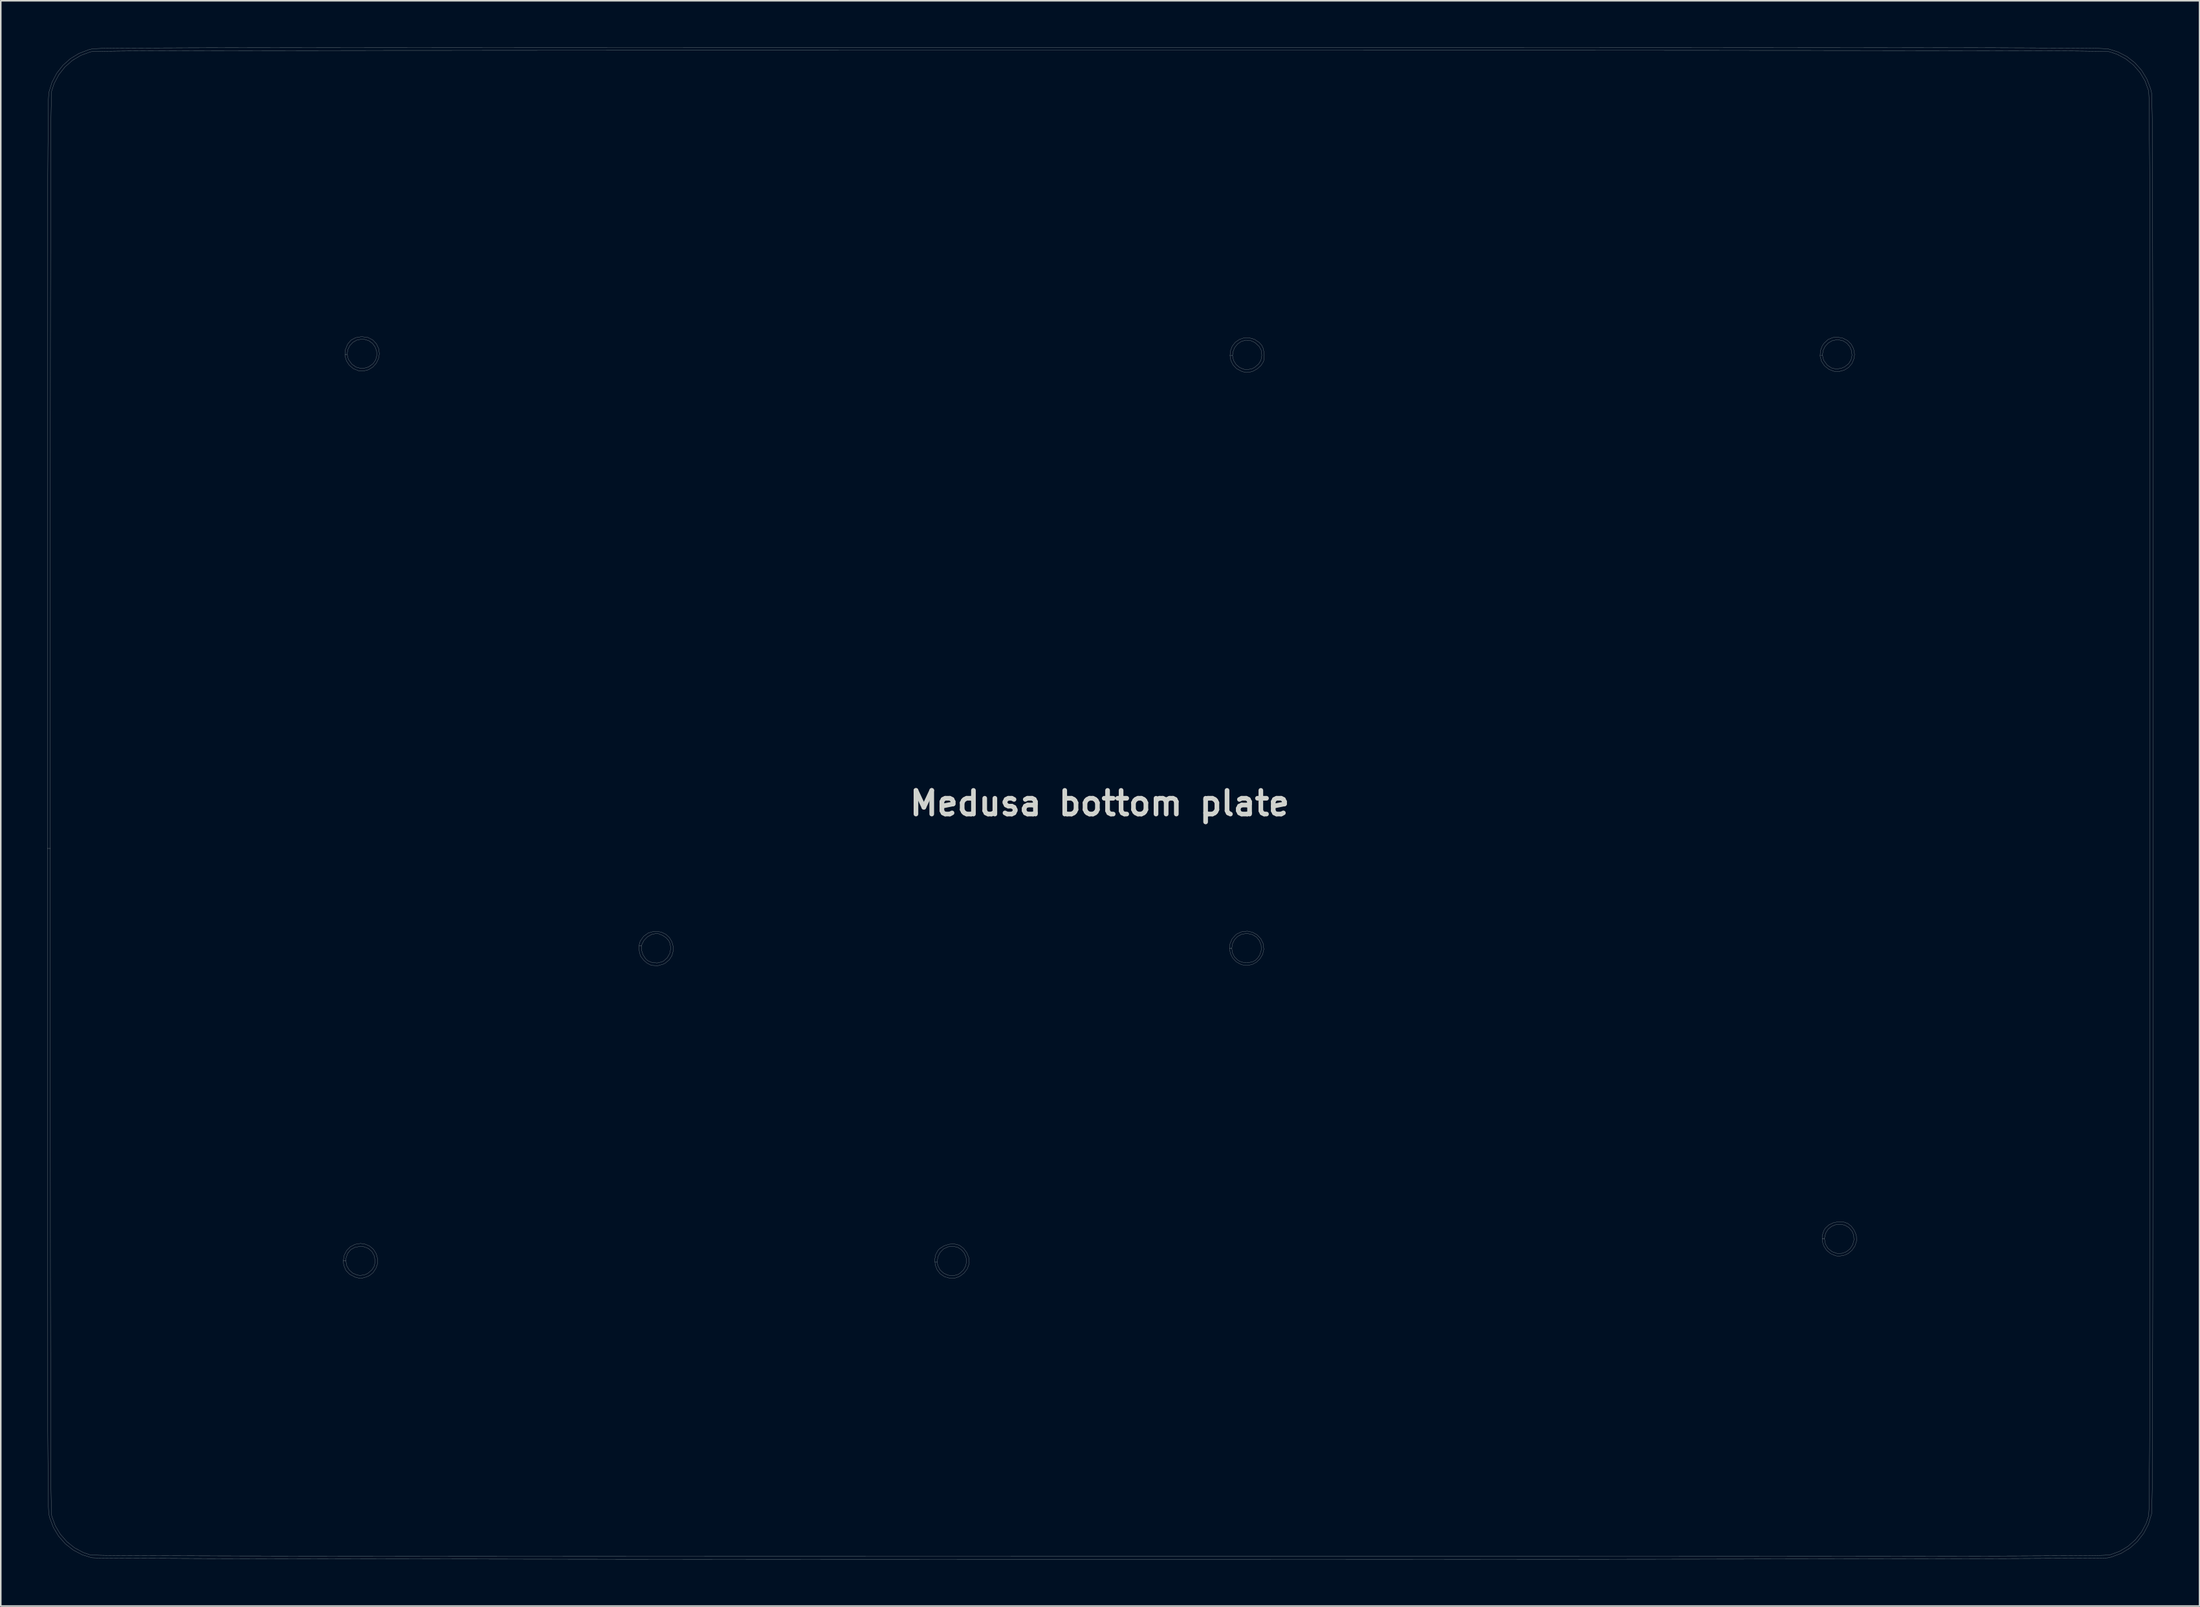
<source format=kicad_pcb>
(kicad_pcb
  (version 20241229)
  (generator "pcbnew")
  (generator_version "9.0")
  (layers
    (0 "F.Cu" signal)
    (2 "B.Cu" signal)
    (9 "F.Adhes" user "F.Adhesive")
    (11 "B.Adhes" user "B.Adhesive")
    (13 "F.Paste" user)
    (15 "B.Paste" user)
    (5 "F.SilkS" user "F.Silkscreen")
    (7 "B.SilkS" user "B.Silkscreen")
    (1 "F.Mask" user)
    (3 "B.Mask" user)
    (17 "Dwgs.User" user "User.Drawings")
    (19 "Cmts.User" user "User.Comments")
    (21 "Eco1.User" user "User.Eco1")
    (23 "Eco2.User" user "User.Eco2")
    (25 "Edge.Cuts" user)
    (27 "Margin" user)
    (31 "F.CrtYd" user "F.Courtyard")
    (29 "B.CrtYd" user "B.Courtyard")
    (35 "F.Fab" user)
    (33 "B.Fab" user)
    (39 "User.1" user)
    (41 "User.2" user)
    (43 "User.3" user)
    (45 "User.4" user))
  (footprint "Medusa bottom plate"
    (layer "F.Cu")
    (at 67.757 48.707)
    (property "Reference" "Medusa bottom plate" (at 0 0 0) (layer "Edge.Cuts") (effects (font (size 1.524 1.524) (thickness 0.3))))
    (attr through_hole)
    (fp_poly (pts (xy 47.842 -29.976) (xy 48.152 -29.818) (xy 48.394 -29.578) (xy 48.55 -29.276) (xy 48.607 -28.932) (xy 48.579 -28.675) (xy 48.445 -28.345) (xy 48.224 -28.086) (xy 47.939 -27.908) (xy 47.614 -27.822) (xy 47.273 -27.839) (xy 46.96 -27.958) (xy 46.67 -28.188) (xy 46.478 -28.479) (xy 46.387 -28.808) (xy 46.39 -28.874) (xy 46.541 -28.874) (xy 46.61 -28.577) (xy 46.635 -28.524) (xy 46.847 -28.234) (xy 47.118 -28.052) (xy 47.427 -27.982) (xy 47.759 -28.031) (xy 47.974 -28.126) (xy 48.226 -28.328) (xy 48.38 -28.58) (xy 48.441 -28.859) (xy 48.415 -29.142) (xy 48.31 -29.407) (xy 48.13 -29.631) (xy 47.883 -29.792) (xy 47.574 -29.867) (xy 47.498 -29.869) (xy 47.184 -29.814) (xy 46.916 -29.663) (xy 46.71 -29.441) (xy 46.58 -29.17) (xy 46.541 -28.874) (xy 46.39 -28.874) (xy 46.403 -29.15) (xy 46.529 -29.482) (xy 46.65 -29.654) (xy 46.908 -29.887) (xy 47.207 -30.009) (xy 47.479 -30.034) (xy 47.842 -29.976)) (stroke (width 0.01) (type solid)) (fill no) (layer "Edge.Cuts"))
    (fp_poly (pts (xy -47.116 -30.012) (xy -46.803 -29.855) (xy -46.569 -29.605) (xy -46.419 -29.284) (xy -46.381 -28.955) (xy -46.44 -28.637) (xy -46.584 -28.349) (xy -46.799 -28.11) (xy -47.074 -27.939) (xy -47.394 -27.856) (xy -47.744 -27.879) (xy -48.058 -28.008) (xy -48.315 -28.228) (xy -48.501 -28.511) (xy -48.597 -28.83) (xy -48.595 -28.923) (xy -48.452 -28.923) (xy -48.381 -28.629) (xy -48.361 -28.588) (xy -48.148 -28.293) (xy -47.877 -28.102) (xy -47.568 -28.021) (xy -47.24 -28.057) (xy -47.048 -28.133) (xy -46.785 -28.327) (xy -46.62 -28.572) (xy -46.546 -28.847) (xy -46.558 -29.13) (xy -46.652 -29.399) (xy -46.82 -29.631) (xy -47.057 -29.805) (xy -47.358 -29.898) (xy -47.504 -29.908) (xy -47.817 -29.853) (xy -48.083 -29.704) (xy -48.288 -29.484) (xy -48.416 -29.215) (xy -48.452 -28.923) (xy -48.595 -28.923) (xy -48.588 -29.159) (xy -48.576 -29.21) (xy -48.428 -29.577) (xy -48.21 -29.84) (xy -47.917 -30) (xy -47.545 -30.062) (xy -47.497 -30.063) (xy -47.116 -30.012)) (stroke (width 0.01) (type solid)) (fill no) (layer "Edge.Cuts"))
    (fp_poly (pts (xy -47.345 28.383) (xy -47.016 28.516) (xy -46.756 28.738) (xy -46.578 29.024) (xy -46.491 29.35) (xy -46.508 29.692) (xy -46.602 29.959) (xy -46.784 30.236) (xy -47.015 30.422) (xy -47.224 30.515) (xy -47.474 30.586) (xy -47.686 30.59) (xy -47.928 30.527) (xy -47.964 30.514) (xy -48.301 30.336) (xy -48.54 30.08) (xy -48.675 29.755) (xy -48.703 29.483) (xy -48.7 29.464) (xy -48.538 29.464) (xy -48.48 29.789) (xy -48.32 30.067) (xy -48.08 30.277) (xy -47.781 30.397) (xy -47.593 30.416) (xy -47.279 30.359) (xy -47.116 30.274) (xy -46.856 30.052) (xy -46.707 29.808) (xy -46.657 29.517) (xy -46.657 29.512) (xy -46.707 29.163) (xy -46.857 28.878) (xy -47.094 28.672) (xy -47.403 28.56) (xy -47.593 28.543) (xy -47.941 28.598) (xy -48.222 28.751) (xy -48.422 28.99) (xy -48.526 29.301) (xy -48.538 29.464) (xy -48.7 29.464) (xy -48.645 29.12) (xy -48.487 28.809) (xy -48.247 28.568) (xy -47.945 28.412) (xy -47.601 28.355) (xy -47.345 28.383)) (stroke (width 0.01) (type solid)) (fill no) (layer "Edge.Cuts"))
    (fp_poly (pts (xy 47.951 26.986) (xy 48.181 27.072) (xy 48.393 27.242) (xy 48.578 27.493) (xy 48.703 27.778) (xy 48.726 27.869) (xy 48.733 28.205) (xy 48.632 28.519) (xy 48.445 28.792) (xy 48.189 29.004) (xy 47.887 29.137) (xy 47.556 29.171) (xy 47.403 29.149) (xy 47.07 29.015) (xy 46.807 28.795) (xy 46.622 28.514) (xy 46.523 28.194) (xy 46.523 28.06) (xy 46.673 28.06) (xy 46.732 28.392) (xy 46.9 28.676) (xy 47.161 28.886) (xy 47.171 28.891) (xy 47.495 29.002) (xy 47.82 28.986) (xy 48.071 28.892) (xy 48.318 28.7) (xy 48.486 28.436) (xy 48.567 28.133) (xy 48.55 27.822) (xy 48.451 27.574) (xy 48.236 27.324) (xy 47.974 27.173) (xy 47.687 27.115) (xy 47.399 27.143) (xy 47.13 27.252) (xy 46.905 27.435) (xy 46.746 27.686) (xy 46.674 27.999) (xy 46.673 28.06) (xy 46.523 28.06) (xy 46.521 27.858) (xy 46.624 27.532) (xy 46.722 27.374) (xy 46.959 27.155) (xy 47.267 27.012) (xy 47.61 26.953) (xy 47.951 26.986)) (stroke (width 0.01) (type solid)) (fill no) (layer "Edge.Cuts"))
    (fp_poly (pts (xy -9.055 28.461) (xy -9.021 28.477) (xy -8.759 28.676) (xy -8.555 28.951) (xy -8.427 29.266) (xy -8.396 29.586) (xy -8.407 29.673) (xy -8.525 29.993) (xy -8.736 30.268) (xy -9.013 30.474) (xy -9.328 30.589) (xy -9.493 30.605) (xy -9.717 30.576) (xy -9.958 30.506) (xy -10.013 30.483) (xy -10.281 30.299) (xy -10.474 30.04) (xy -10.59 29.733) (xy -10.609 29.539) (xy -10.461 29.539) (xy -10.423 29.776) (xy -10.281 30.053) (xy -10.057 30.263) (xy -9.781 30.395) (xy -9.481 30.438) (xy -9.185 30.382) (xy -9.017 30.293) (xy -8.77 30.059) (xy -8.625 29.79) (xy -8.576 29.505) (xy -8.611 29.224) (xy -8.724 28.967) (xy -8.905 28.754) (xy -9.146 28.604) (xy -9.437 28.537) (xy -9.771 28.573) (xy -9.776 28.574) (xy -10.059 28.711) (xy -10.278 28.937) (xy -10.417 29.223) (xy -10.461 29.539) (xy -10.609 29.539) (xy -10.623 29.408) (xy -10.568 29.092) (xy -10.421 28.812) (xy -10.309 28.694) (xy -10.022 28.51) (xy -9.692 28.405) (xy -9.356 28.387) (xy -9.055 28.461)) (stroke (width 0.01) (type solid)) (fill no) (layer "Edge.Cuts"))
    (fp_poly (pts (xy 9.84 8.306) (xy 10.135 8.469) (xy 10.372 8.715) (xy 10.528 9.033) (xy 10.537 9.067) (xy 10.57 9.408) (xy 10.496 9.727) (xy 10.331 10.008) (xy 10.097 10.232) (xy 9.81 10.384) (xy 9.489 10.445) (xy 9.154 10.398) (xy 9.112 10.384) (xy 8.796 10.211) (xy 8.563 9.966) (xy 8.416 9.672) (xy 8.36 9.353) (xy 8.362 9.335) (xy 8.507 9.335) (xy 8.546 9.62) (xy 8.674 9.884) (xy 8.896 10.105) (xy 9.018 10.179) (xy 9.282 10.259) (xy 9.583 10.264) (xy 9.868 10.199) (xy 10.022 10.117) (xy 10.168 9.972) (xy 10.295 9.789) (xy 10.303 9.774) (xy 10.405 9.452) (xy 10.395 9.137) (xy 10.287 8.85) (xy 10.093 8.614) (xy 9.827 8.452) (xy 9.502 8.383) (xy 9.461 8.382) (xy 9.136 8.435) (xy 8.873 8.58) (xy 8.676 8.793) (xy 8.553 9.052) (xy 8.507 9.335) (xy 8.362 9.335) (xy 8.396 9.031) (xy 8.527 8.73) (xy 8.757 8.473) (xy 8.853 8.404) (xy 9.175 8.263) (xy 9.511 8.234) (xy 9.84 8.306)) (stroke (width 0.01) (type solid)) (fill no) (layer "Edge.Cuts"))
    (fp_poly (pts (xy -28.225 8.295) (xy -27.931 8.437) (xy -27.703 8.651) (xy -27.545 8.916) (xy -27.463 9.212) (xy -27.46 9.518) (xy -27.542 9.815) (xy -27.714 10.082) (xy -27.979 10.298) (xy -28.094 10.357) (xy -28.445 10.46) (xy -28.8 10.442) (xy -28.918 10.412) (xy -29.136 10.299) (xy -29.357 10.107) (xy -29.537 9.878) (xy -29.571 9.818) (xy -29.636 9.607) (xy -29.661 9.339) (xy -29.651 9.185) (xy -29.502 9.185) (xy -29.497 9.465) (xy -29.402 9.756) (xy -29.235 10.012) (xy -29.088 10.143) (xy -28.809 10.26) (xy -28.493 10.284) (xy -28.188 10.214) (xy -28.082 10.16) (xy -27.839 9.945) (xy -27.683 9.664) (xy -27.62 9.351) (xy -27.661 9.037) (xy -27.747 8.845) (xy -27.912 8.662) (xy -28.146 8.505) (xy -28.395 8.403) (xy -28.543 8.382) (xy -28.842 8.441) (xy -29.12 8.6) (xy -29.345 8.832) (xy -29.484 9.111) (xy -29.502 9.185) (xy -29.651 9.185) (xy -29.644 9.075) (xy -29.587 8.877) (xy -29.361 8.562) (xy -29.068 8.352) (xy -28.714 8.253) (xy -28.58 8.245) (xy -28.225 8.295)) (stroke (width 0.01) (type solid)) (fill no) (layer "Edge.Cuts"))
    (fp_poly (pts (xy 9.964 -29.898) (xy 10.274 -29.691) (xy 10.436 -29.51) (xy 10.529 -29.311) (xy 10.584 -29.042) (xy 10.597 -28.756) (xy 10.561 -28.506) (xy 10.541 -28.448) (xy 10.391 -28.216) (xy 10.16 -28.004) (xy 9.895 -27.851) (xy 9.797 -27.817) (xy 9.579 -27.766) (xy 9.411 -27.761) (xy 9.226 -27.807) (xy 9.124 -27.841) (xy 8.811 -28.01) (xy 8.585 -28.248) (xy 8.445 -28.532) (xy 8.391 -28.84) (xy 8.391 -28.845) (xy 8.557 -28.845) (xy 8.621 -28.535) (xy 8.786 -28.269) (xy 9.029 -28.068) (xy 9.327 -27.956) (xy 9.493 -27.94) (xy 9.807 -27.998) (xy 9.97 -28.083) (xy 10.231 -28.302) (xy 10.381 -28.542) (xy 10.437 -28.83) (xy 10.438 -28.892) (xy 10.398 -29.193) (xy 10.267 -29.44) (xy 10.029 -29.661) (xy 9.97 -29.702) (xy 9.689 -29.826) (xy 9.398 -29.841) (xy 9.119 -29.758) (xy 8.875 -29.592) (xy 8.687 -29.355) (xy 8.577 -29.061) (xy 8.557 -28.845) (xy 8.391 -28.845) (xy 8.419 -29.152) (xy 8.53 -29.445) (xy 8.722 -29.697) (xy 8.994 -29.886) (xy 9.244 -29.973) (xy 9.614 -29.995) (xy 9.964 -29.898)) (stroke (width 0.01) (type solid)) (fill no) (layer "Edge.Cuts"))
    (fp_poly (pts (xy 3.51 -48.702) (xy 6.864 -48.702) (xy 10.095 -48.702) (xy 13.207 -48.702) (xy 16.199 -48.702) (xy 19.077 -48.702) (xy 21.84 -48.701) (xy 24.492 -48.701) (xy 27.035 -48.701) (xy 29.472 -48.7) (xy 31.803 -48.7) (xy 34.032 -48.699) (xy 36.161 -48.699) (xy 38.192 -48.698) (xy 40.128 -48.697) (xy 41.969 -48.696) (xy 43.72 -48.695) (xy 45.382 -48.694) (xy 46.956 -48.693) (xy 48.447 -48.692) (xy 49.855 -48.691) (xy 51.183 -48.689) (xy 52.433 -48.688) (xy 53.608 -48.686) (xy 54.709 -48.684) (xy 55.739 -48.683) (xy 56.7 -48.681) (xy 57.595 -48.679) (xy 58.425 -48.676) (xy 59.193 -48.674) (xy 59.901 -48.672) (xy 60.551 -48.669) (xy 61.146 -48.667) (xy 61.688 -48.664) (xy 62.178 -48.661) (xy 62.62 -48.658) (xy 63.015 -48.654) (xy 63.367 -48.651) (xy 63.676 -48.647) (xy 63.945 -48.644) (xy 64.176 -48.64) (xy 64.373 -48.636) (xy 64.536 -48.632) (xy 64.668 -48.627) (xy 64.772 -48.623) (xy 64.849 -48.618) (xy 64.902 -48.613) (xy 64.929 -48.609) (xy 65.567 -48.412) (xy 66.147 -48.109) (xy 66.658 -47.71) (xy 67.089 -47.227) (xy 67.428 -46.67) (xy 67.665 -46.051) (xy 67.722 -45.815) (xy 67.728 -45.776) (xy 67.734 -45.713) (xy 67.74 -45.625) (xy 67.745 -45.509) (xy 67.75 -45.363) (xy 67.755 -45.182) (xy 67.759 -44.966) (xy 67.763 -44.711) (xy 67.768 -44.414) (xy 67.771 -44.074) (xy 67.775 -43.686) (xy 67.779 -43.249) (xy 67.782 -42.76) (xy 67.785 -42.216) (xy 67.788 -41.614) (xy 67.791 -40.953) (xy 67.793 -40.228) (xy 67.795 -39.438) (xy 67.798 -38.58) (xy 67.8 -37.651) (xy 67.802 -36.648) (xy 67.803 -35.57) (xy 67.805 -34.412) (xy 67.806 -33.173) (xy 67.808 -31.85) (xy 67.809 -30.439) (xy 67.81 -28.94) (xy 67.811 -27.348) (xy 67.812 -25.661) (xy 67.813 -23.877) (xy 67.813 -21.992) (xy 67.814 -20.004) (xy 67.814 -17.911) (xy 67.815 -15.71) (xy 67.815 -13.398) (xy 67.815 -10.972) (xy 67.816 -8.43) (xy 67.816 -5.769) (xy 67.816 -2.987) (xy 67.816 -0.08) (xy 67.816 0) (xy 67.816 2.91) (xy 67.816 5.696) (xy 67.816 8.36) (xy 67.815 10.905) (xy 67.815 13.334) (xy 67.815 15.649) (xy 67.814 17.854) (xy 67.814 19.95) (xy 67.813 21.94) (xy 67.813 23.827) (xy 67.812 25.614) (xy 67.811 27.304) (xy 67.81 28.898) (xy 67.809 30.4) (xy 67.808 31.813) (xy 67.806 33.138) (xy 67.805 34.38) (xy 67.803 35.54) (xy 67.802 36.62) (xy 67.8 37.625) (xy 67.798 38.556) (xy 67.796 39.416) (xy 67.793 40.208) (xy 67.791 40.934) (xy 67.788 41.597) (xy 67.785 42.2) (xy 67.782 42.746) (xy 67.779 43.237) (xy 67.775 43.675) (xy 67.772 44.064) (xy 67.768 44.406) (xy 67.764 44.704) (xy 67.759 44.96) (xy 67.755 45.177) (xy 67.75 45.358) (xy 67.745 45.506) (xy 67.74 45.623) (xy 67.734 45.711) (xy 67.729 45.774) (xy 67.723 45.814) (xy 67.722 45.815) (xy 67.526 46.454) (xy 67.223 47.034) (xy 66.824 47.545) (xy 66.34 47.976) (xy 65.784 48.315) (xy 65.165 48.551) (xy 64.929 48.609) (xy 64.84 48.614) (xy 64.629 48.619) (xy 64.296 48.624) (xy 63.847 48.629) (xy 63.283 48.634) (xy 62.609 48.638) (xy 61.827 48.643) (xy 60.942 48.647) (xy 59.955 48.651) (xy 58.871 48.655) (xy 57.693 48.659) (xy 56.423 48.663) (xy 55.066 48.666) (xy 53.624 48.67) (xy 52.101 48.673) (xy 50.501 48.676) (xy 48.825 48.679) (xy 47.078 48.682) (xy 45.263 48.685) (xy 43.383 48.687) (xy 41.441 48.69) (xy 39.441 48.692) (xy 37.385 48.694) (xy 35.278 48.696) (xy 33.123 48.698) (xy 30.922 48.7) (xy 28.679 48.702) (xy 26.397 48.703) (xy 24.08 48.704) (xy 21.731 48.706) (xy 19.352 48.707) (xy 16.948 48.708) (xy 14.522 48.709) (xy 12.076 48.709) (xy 9.614 48.71) (xy 7.14 48.71) (xy 4.657 48.71) (xy 2.167 48.71) (xy -0.325 48.71) (xy -2.817 48.71) (xy -5.306 48.71) (xy -7.787 48.71) (xy -10.258 48.709) (xy -12.715 48.708) (xy -15.156 48.707) (xy -17.577 48.707) (xy -19.974 48.705) (xy -22.345 48.704) (xy -24.686 48.703) (xy -26.994 48.701) (xy -29.265 48.7) (xy -31.497 48.698) (xy -33.686 48.696) (xy -35.828 48.694) (xy -37.922 48.692) (xy -39.962 48.689) (xy -41.947 48.687) (xy -43.872 48.684) (xy -45.734 48.682) (xy -47.531 48.679) (xy -49.259 48.676) (xy -50.915 48.672) (xy -52.494 48.669) (xy -53.995 48.666) (xy -55.414 48.662) (xy -56.748 48.659) (xy -57.993 48.655) (xy -59.146 48.651) (xy -60.203 48.647) (xy -61.162 48.643) (xy -62.02 48.638) (xy -62.772 48.634) (xy -63.417 48.629) (xy -63.949 48.624) (xy -64.367 48.619) (xy -64.667 48.614) (xy -64.845 48.609) (xy -64.897 48.605) (xy -65.525 48.407) (xy -66.098 48.102) (xy -66.604 47.701) (xy -67.032 47.216) (xy -67.369 46.66) (xy -67.603 46.044) (xy -67.659 45.815) (xy -67.665 45.776) (xy -67.671 45.713) (xy -67.676 45.625) (xy -67.681 45.509) (xy -67.686 45.363) (xy -67.691 45.182) (xy -67.696 44.966) (xy -67.7 44.711) (xy -67.704 44.414) (xy -67.708 44.074) (xy -67.712 43.686) (xy -67.715 43.249) (xy -67.718 42.76) (xy -67.721 42.216) (xy -67.724 41.614) (xy -67.727 40.953) (xy -67.73 40.228) (xy -67.732 39.438) (xy -67.734 38.58) (xy -67.736 37.651) (xy -67.738 36.648) (xy -67.74 35.57) (xy -67.741 34.412) (xy -67.743 33.173) (xy -67.744 31.85) (xy -67.745 30.439) (xy -67.747 28.94) (xy -67.748 27.348) (xy -67.748 25.661) (xy -67.749 23.877) (xy -67.75 21.992) (xy -67.75 20.004) (xy -67.751 17.911) (xy -67.751 15.71) (xy -67.752 13.398) (xy -67.752 10.972) (xy -67.752 8.43) (xy -67.752 5.769) (xy -67.752 2.987) (xy -67.752 0.08) (xy -67.752 0) (xy -67.564 0) (xy -67.564 2.906) (xy -67.564 5.688) (xy -67.564 8.349) (xy -67.564 10.891) (xy -67.563 13.316) (xy -67.563 15.628) (xy -67.563 17.829) (xy -67.562 19.921) (xy -67.562 21.909) (xy -67.561 23.793) (xy -67.56 25.578) (xy -67.56 27.265) (xy -67.559 28.857) (xy -67.558 30.358) (xy -67.557 31.769) (xy -67.555 33.094) (xy -67.554 34.334) (xy -67.552 35.494) (xy -67.551 36.574) (xy -67.549 37.579) (xy -67.547 38.511) (xy -67.545 39.373) (xy -67.543 40.167) (xy -67.54 40.895) (xy -67.538 41.561) (xy -67.535 42.168) (xy -67.532 42.718) (xy -67.529 43.213) (xy -67.525 43.657) (xy -67.522 44.051) (xy -67.518 44.4) (xy -67.514 44.705) (xy -67.51 44.969) (xy -67.505 45.195) (xy -67.501 45.386) (xy -67.496 45.544) (xy -67.491 45.672) (xy -67.485 45.772) (xy -67.48 45.848) (xy -67.474 45.902) (xy -67.468 45.937) (xy -67.467 45.939) (xy -67.246 46.543) (xy -66.918 47.092) (xy -66.498 47.572) (xy -65.999 47.969) (xy -65.434 48.27) (xy -65.011 48.415) (xy -64.98 48.42) (xy -64.924 48.425) (xy -64.84 48.429) (xy -64.725 48.434) (xy -64.579 48.438) (xy -64.398 48.442) (xy -64.18 48.446) (xy -63.923 48.45) (xy -63.625 48.453) (xy -63.284 48.457) (xy -62.897 48.46) (xy -62.463 48.463) (xy -61.979 48.466) (xy -61.442 48.469) (xy -60.851 48.472) (xy -60.204 48.474) (xy -59.498 48.477) (xy -58.731 48.479) (xy -57.901 48.482) (xy -57.006 48.484) (xy -56.043 48.486) (xy -55.01 48.488) (xy -53.906 48.489) (xy -52.727 48.491) (xy -51.472 48.493) (xy -50.139 48.494) (xy -48.725 48.496) (xy -47.228 48.497) (xy -45.645 48.498) (xy -43.976 48.5) (xy -42.217 48.501) (xy -40.366 48.502) (xy -38.421 48.503) (xy -36.38 48.503) (xy -34.241 48.504) (xy -32.001 48.505) (xy -29.659 48.506) (xy -27.212 48.506) (xy -24.657 48.507) (xy -21.993 48.507) (xy -19.218 48.508) (xy -16.329 48.508) (xy -13.324 48.509) (xy -10.201 48.509) (xy -6.957 48.509) (xy -3.591 48.51) (xy -0.1 48.51) (xy 0.003 48.51) (xy 3.479 48.51) (xy 6.831 48.51) (xy 10.06 48.51) (xy 13.169 48.51) (xy 16.161 48.51) (xy 19.036 48.51) (xy 21.798 48.51) (xy 24.448 48.51) (xy 26.99 48.51) (xy 29.424 48.51) (xy 31.755 48.509) (xy 33.983 48.509) (xy 36.11 48.509) (xy 38.141 48.508) (xy 40.075 48.507) (xy 41.916 48.507) (xy 43.667 48.506) (xy 45.328 48.505) (xy 46.903 48.504) (xy 48.394 48.503) (xy 49.802 48.502) (xy 51.131 48.501) (xy 52.382 48.499) (xy 53.558 48.498) (xy 54.661 48.496) (xy 55.693 48.495) (xy 56.656 48.493) (xy 57.553 48.491) (xy 58.386 48.489) (xy 59.158 48.487) (xy 59.869 48.484) (xy 60.524 48.482) (xy 61.123 48.479) (xy 61.669 48.476) (xy 62.165 48.474) (xy 62.613 48.471) (xy 63.014 48.467) (xy 63.371 48.464) (xy 63.687 48.461) (xy 63.964 48.457) (xy 64.203 48.453) (xy 64.408 48.449) (xy 64.58 48.445) (xy 64.722 48.441) (xy 64.835 48.436) (xy 64.923 48.432) (xy 64.987 48.427) (xy 65.029 48.422) (xy 65.047 48.418) (xy 65.656 48.196) (xy 66.207 47.869) (xy 66.686 47.448) (xy 67.082 46.948) (xy 67.382 46.382) (xy 67.53 45.939) (xy 67.537 45.906) (xy 67.543 45.854) (xy 67.548 45.78) (xy 67.554 45.682) (xy 67.559 45.557) (xy 67.564 45.402) (xy 67.568 45.215) (xy 67.573 44.992) (xy 67.577 44.731) (xy 67.581 44.43) (xy 67.585 44.086) (xy 67.588 43.695) (xy 67.592 43.256) (xy 67.595 42.766) (xy 67.598 42.222) (xy 67.601 41.62) (xy 67.603 40.96) (xy 67.606 40.237) (xy 67.608 39.45) (xy 67.61 38.595) (xy 67.612 37.669) (xy 67.614 36.671) (xy 67.616 35.598) (xy 67.617 34.446) (xy 67.619 33.213) (xy 67.62 31.896) (xy 67.621 30.493) (xy 67.622 29.001) (xy 67.623 27.417) (xy 67.624 25.739) (xy 67.625 23.964) (xy 67.625 22.089) (xy 67.626 20.111) (xy 67.626 18.028) (xy 67.627 15.837) (xy 67.627 13.536) (xy 67.627 11.122) (xy 67.627 8.591) (xy 67.627 5.942) (xy 67.627 3.171) (xy 67.627 0.276) (xy 67.627 0) (xy 67.627 -2.912) (xy 67.627 -5.7) (xy 67.627 -8.366) (xy 67.627 -10.914) (xy 67.627 -13.345) (xy 67.627 -15.662) (xy 67.626 -17.868) (xy 67.626 -19.966) (xy 67.625 -21.959) (xy 67.625 -23.848) (xy 67.624 -25.637) (xy 67.623 -27.329) (xy 67.622 -28.926) (xy 67.621 -30.43) (xy 67.62 -31.845) (xy 67.618 -33.173) (xy 67.617 -34.416) (xy 67.615 -35.578) (xy 67.614 -36.662) (xy 67.612 -37.669) (xy 67.61 -38.602) (xy 67.608 -39.465) (xy 67.605 -40.259) (xy 67.603 -40.988) (xy 67.6 -41.654) (xy 67.597 -42.259) (xy 67.594 -42.807) (xy 67.591 -43.301) (xy 67.588 -43.742) (xy 67.584 -44.134) (xy 67.58 -44.478) (xy 67.576 -44.779) (xy 67.572 -45.038) (xy 67.568 -45.259) (xy 67.563 -45.443) (xy 67.558 -45.594) (xy 67.553 -45.714) (xy 67.547 -45.806) (xy 67.542 -45.872) (xy 67.536 -45.916) (xy 67.533 -45.929) (xy 67.312 -46.535) (xy 66.985 -47.085) (xy 66.566 -47.566) (xy 66.068 -47.963) (xy 65.504 -48.264) (xy 65.052 -48.417) (xy 65.023 -48.422) (xy 64.976 -48.427) (xy 64.907 -48.432) (xy 64.816 -48.437) (xy 64.699 -48.441) (xy 64.554 -48.445) (xy 64.38 -48.45) (xy 64.173 -48.454) (xy 63.932 -48.457) (xy 63.654 -48.461) (xy 63.337 -48.465) (xy 62.98 -48.468) (xy 62.578 -48.471) (xy 62.131 -48.474) (xy 61.636 -48.477) (xy 61.091 -48.48) (xy 60.493 -48.482) (xy 59.841 -48.485) (xy 59.132 -48.487) (xy 58.363 -48.489) (xy 57.533 -48.492) (xy 56.639 -48.494) (xy 55.679 -48.495) (xy 54.651 -48.497) (xy 53.553 -48.499) (xy 52.381 -48.5) (xy 51.135 -48.502) (xy 49.811 -48.503) (xy 48.408 -48.504) (xy 46.923 -48.505) (xy 45.354 -48.507) (xy 43.698 -48.507) (xy 41.954 -48.508) (xy 40.12 -48.509) (xy 38.192 -48.51) (xy 36.169 -48.511) (xy 34.048 -48.511) (xy 31.827 -48.512) (xy 29.505 -48.512) (xy 27.078 -48.513) (xy 24.544 -48.513) (xy 21.902 -48.513) (xy 19.148 -48.513) (xy 16.281 -48.514) (xy 13.298 -48.514) (xy 10.198 -48.514) (xy 6.977 -48.514) (xy 3.634 -48.514) (xy 0.166 -48.514) (xy 0.032 -48.514) (xy -3.441 -48.514) (xy -6.789 -48.514) (xy -10.014 -48.514) (xy -13.119 -48.514) (xy -16.106 -48.514) (xy -18.977 -48.513) (xy -21.735 -48.513) (xy -24.382 -48.513) (xy -26.92 -48.513) (xy -29.351 -48.512) (xy -31.677 -48.512) (xy -33.902 -48.511) (xy -36.026 -48.511) (xy -38.053 -48.51) (xy -39.985 -48.509) (xy -41.823 -48.508) (xy -43.57 -48.508) (xy -45.229 -48.507) (xy -46.801 -48.506) (xy -48.289 -48.504) (xy -49.696 -48.503) (xy -51.022 -48.502) (xy -52.272 -48.5) (xy -53.446 -48.499) (xy -54.547 -48.497) (xy -55.578 -48.495) (xy -56.54 -48.494) (xy -57.437 -48.492) (xy -58.269 -48.49) (xy -59.04 -48.487) (xy -59.752 -48.485) (xy -60.406 -48.482) (xy -61.006 -48.48) (xy -61.553 -48.477) (xy -62.05 -48.474) (xy -62.499 -48.471) (xy -62.902 -48.468) (xy -63.261 -48.465) (xy -63.579 -48.461) (xy -63.859 -48.458) (xy -64.101 -48.454) (xy -64.309 -48.45) (xy -64.485 -48.446) (xy -64.63 -48.441) (xy -64.748 -48.437) (xy -64.841 -48.432) (xy -64.91 -48.427) (xy -64.959 -48.422) (xy -64.988 -48.417) (xy -64.989 -48.417) (xy -65.592 -48.196) (xy -66.14 -47.869) (xy -66.619 -47.449) (xy -67.015 -46.949) (xy -67.316 -46.383) (xy -67.469 -45.929) (xy -67.475 -45.896) (xy -67.481 -45.841) (xy -67.487 -45.762) (xy -67.492 -45.656) (xy -67.497 -45.52) (xy -67.502 -45.352) (xy -67.507 -45.15) (xy -67.511 -44.91) (xy -67.515 -44.629) (xy -67.519 -44.306) (xy -67.523 -43.937) (xy -67.526 -43.521) (xy -67.529 -43.053) (xy -67.533 -42.531) (xy -67.535 -41.954) (xy -67.538 -41.317) (xy -67.541 -40.619) (xy -67.543 -39.857) (xy -67.545 -39.028) (xy -67.547 -38.129) (xy -67.549 -37.158) (xy -67.551 -36.112) (xy -67.553 -34.989) (xy -67.554 -33.785) (xy -67.556 -32.498) (xy -67.557 -31.126) (xy -67.558 -29.665) (xy -67.559 -28.113) (xy -67.56 -26.468) (xy -67.561 -24.726) (xy -67.561 -22.885) (xy -67.562 -20.943) (xy -67.562 -18.897) (xy -67.563 -16.743) (xy -67.563 -14.48) (xy -67.564 -12.104) (xy -67.564 -9.613) (xy -67.564 -7.005) (xy -67.564 -4.276) (xy -67.564 -1.425) (xy -67.564 0) (xy -67.752 0) (xy -67.752 -2.91) (xy -67.752 -5.696) (xy -67.752 -8.36) (xy -67.752 -10.905) (xy -67.752 -13.334) (xy -67.751 -15.649) (xy -67.751 -17.854) (xy -67.75 -19.95) (xy -67.75 -21.94) (xy -67.749 -23.827) (xy -67.748 -25.614) (xy -67.748 -27.304) (xy -67.747 -28.898) (xy -67.746 -30.4) (xy -67.744 -31.813) (xy -67.743 -33.138) (xy -67.741 -34.38) (xy -67.74 -35.54) (xy -67.738 -36.62) (xy -67.736 -37.625) (xy -67.734 -38.556) (xy -67.732 -39.416) (xy -67.73 -40.208) (xy -67.727 -40.934) (xy -67.724 -41.597) (xy -67.722 -42.2) (xy -67.718 -42.746) (xy -67.715 -43.237) (xy -67.712 -43.675) (xy -67.708 -44.064) (xy -67.704 -44.406) (xy -67.7 -44.704) (xy -67.696 -44.96) (xy -67.691 -45.177) (xy -67.687 -45.358) (xy -67.682 -45.506) (xy -67.676 -45.623) (xy -67.671 -45.711) (xy -67.665 -45.774) (xy -67.659 -45.814) (xy -67.659 -45.815) (xy -67.462 -46.454) (xy -67.159 -47.034) (xy -66.76 -47.545) (xy -66.277 -47.976) (xy -65.72 -48.315) (xy -65.101 -48.551) (xy -64.865 -48.609) (xy -64.83 -48.614) (xy -64.773 -48.619) (xy -64.691 -48.624) (xy -64.583 -48.628) (xy -64.445 -48.632) (xy -64.276 -48.637) (xy -64.074 -48.641) (xy -63.836 -48.644) (xy -63.56 -48.648) (xy -63.243 -48.652) (xy -62.884 -48.655) (xy -62.481 -48.658) (xy -62.03 -48.661) (xy -61.531 -48.664) (xy -60.98 -48.667) (xy -60.375 -48.67) (xy -59.715 -48.672) (xy -58.996 -48.675) (xy -58.217 -48.677) (xy -57.375 -48.679) (xy -56.469 -48.681) (xy -55.496 -48.683) (xy -54.453 -48.685) (xy -53.339 -48.686) (xy -52.151 -48.688) (xy -50.887 -48.689) (xy -49.545 -48.691) (xy -48.122 -48.692) (xy -46.617 -48.693) (xy -45.027 -48.694) (xy -43.349 -48.695) (xy -41.582 -48.696) (xy -39.724 -48.697) (xy -37.772 -48.698) (xy -35.723 -48.699) (xy -33.576 -48.699) (xy -31.329 -48.7) (xy -28.979 -48.7) (xy -26.524 -48.701) (xy -23.961 -48.701) (xy -21.289 -48.701) (xy -18.506 -48.702) (xy -15.608 -48.702) (xy -12.594 -48.702) (xy -9.461 -48.702) (xy -6.208 -48.702) (xy -2.832 -48.702) (xy 0.032 -48.702) (xy 3.51 -48.702)) (stroke (width 0.01) (type solid)) (fill no) (layer "Edge.Cuts")))
  (gr_rect
    (start -3 -3)
    (end 138.578 100.423)
    (stroke (width 0.1) (type default))
    (fill no)
    (layer "Edge.Cuts")))
</source>
